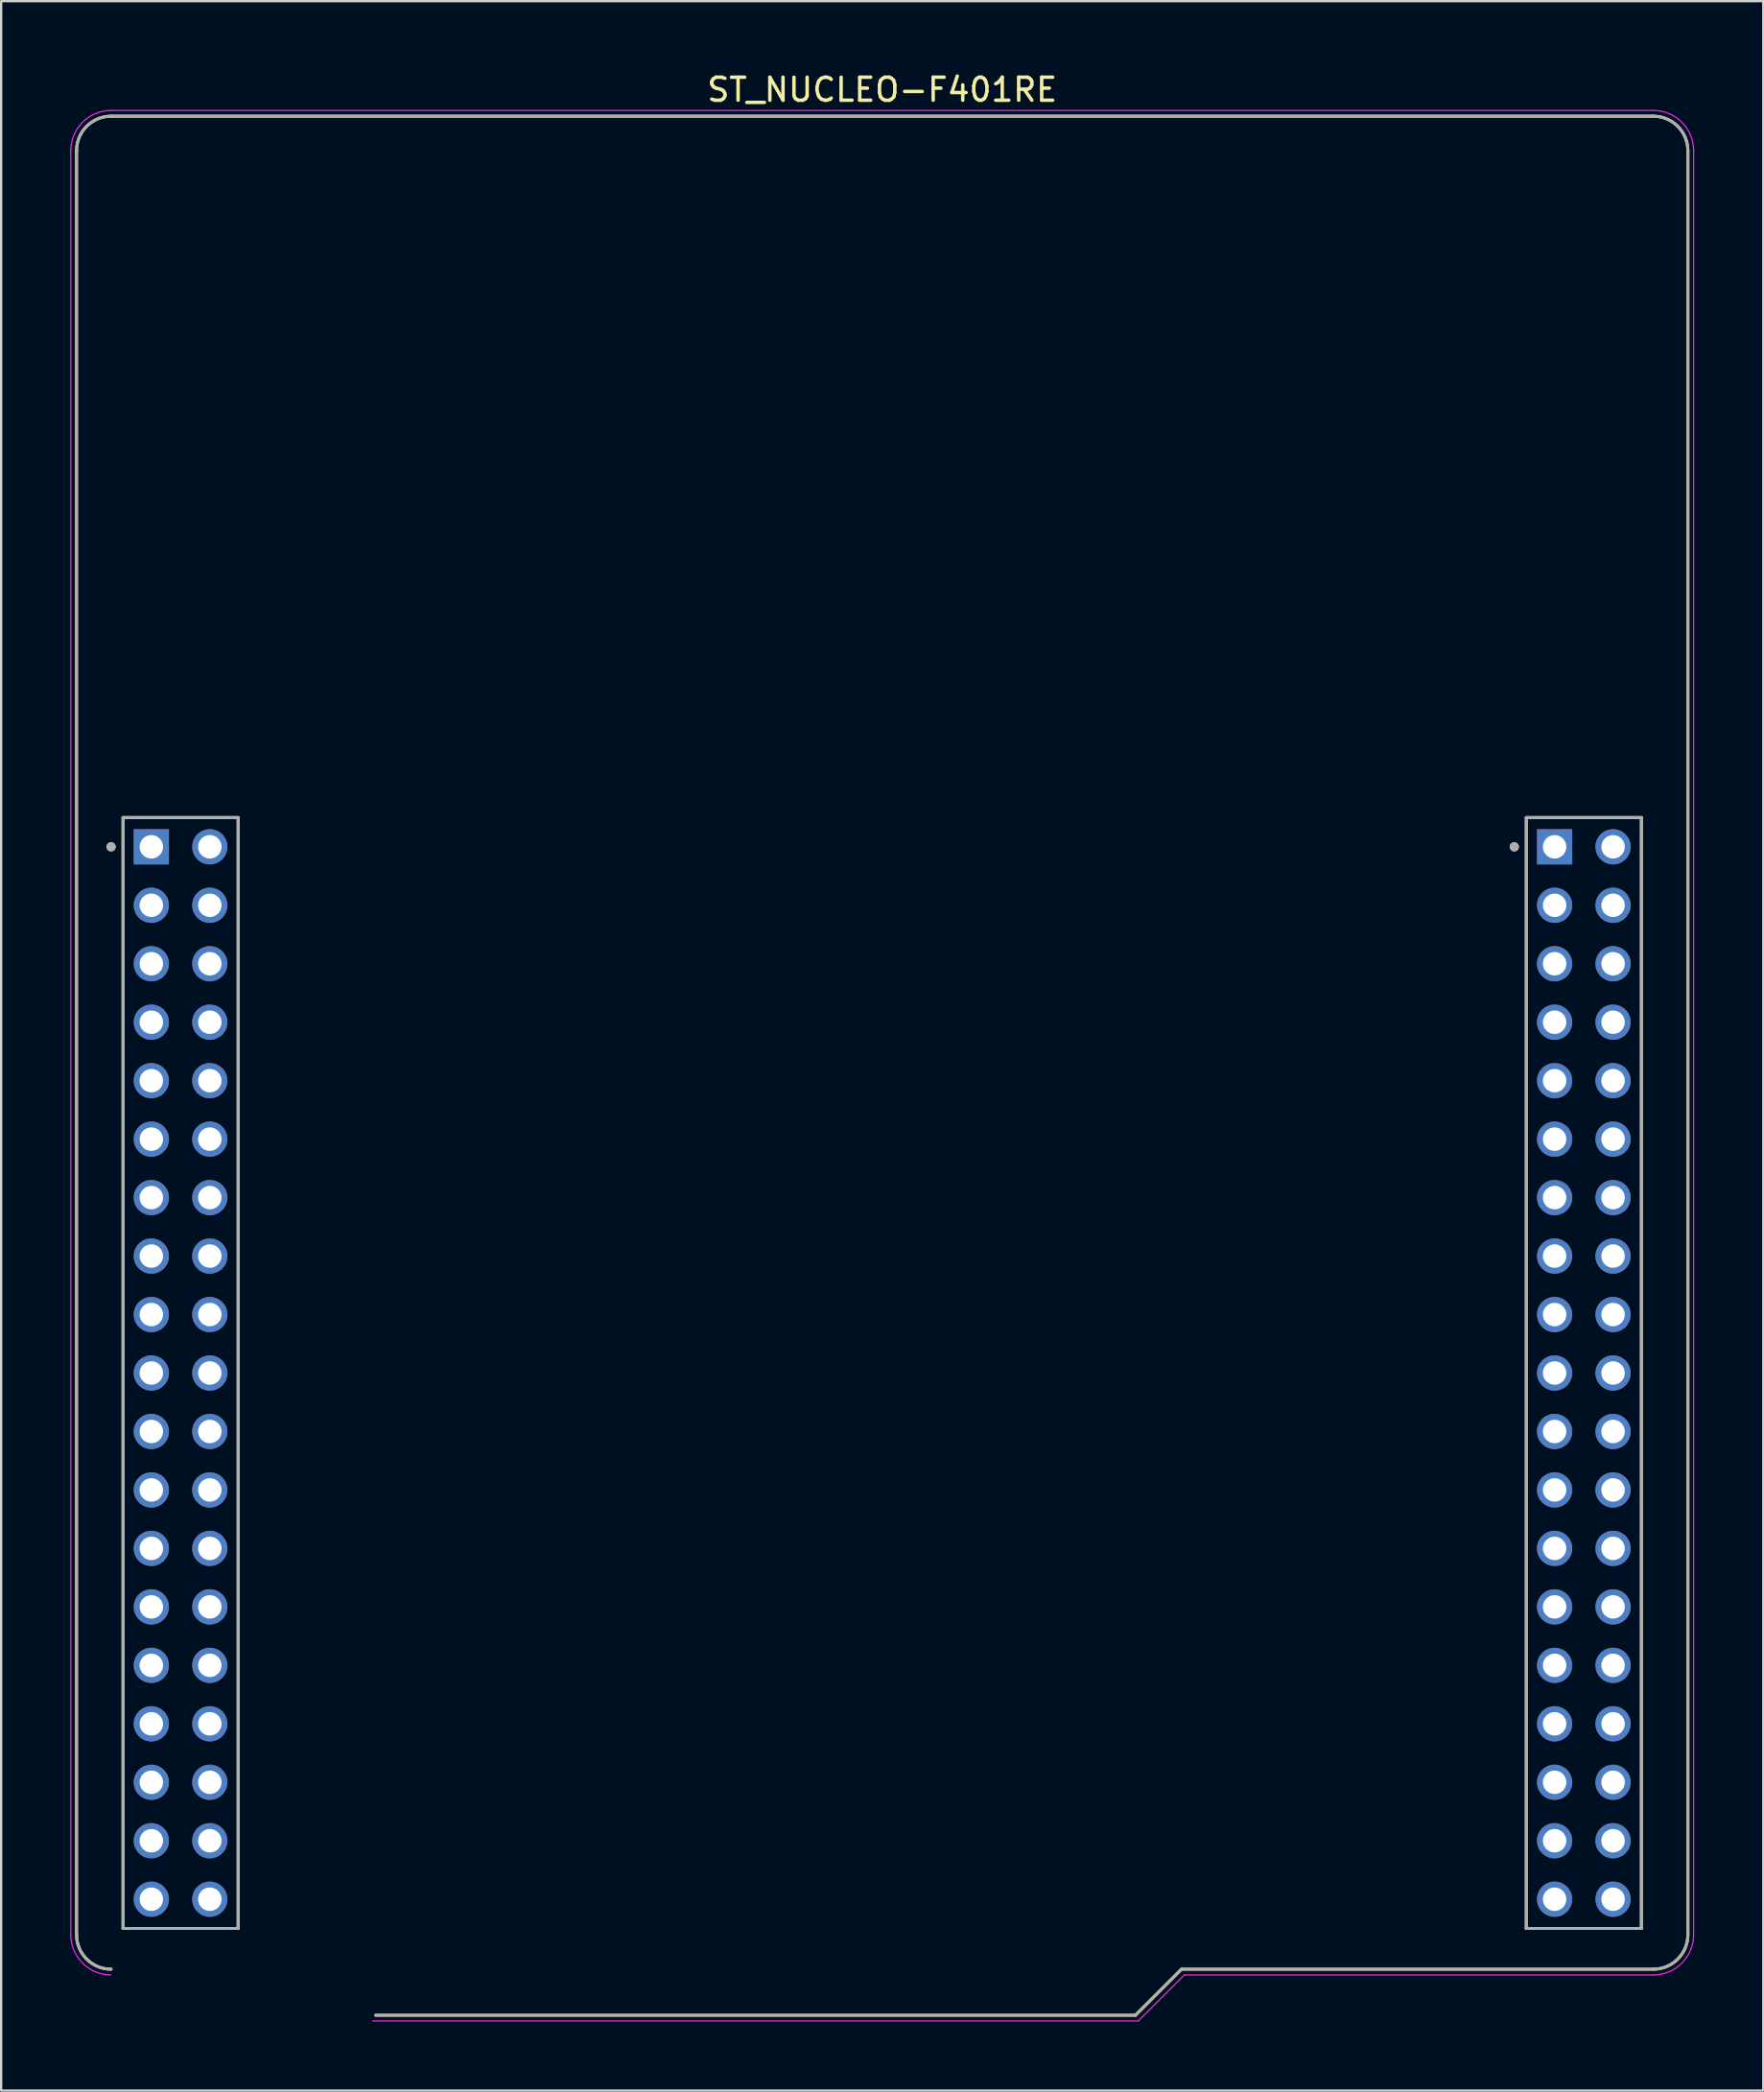
<source format=kicad_pcb>
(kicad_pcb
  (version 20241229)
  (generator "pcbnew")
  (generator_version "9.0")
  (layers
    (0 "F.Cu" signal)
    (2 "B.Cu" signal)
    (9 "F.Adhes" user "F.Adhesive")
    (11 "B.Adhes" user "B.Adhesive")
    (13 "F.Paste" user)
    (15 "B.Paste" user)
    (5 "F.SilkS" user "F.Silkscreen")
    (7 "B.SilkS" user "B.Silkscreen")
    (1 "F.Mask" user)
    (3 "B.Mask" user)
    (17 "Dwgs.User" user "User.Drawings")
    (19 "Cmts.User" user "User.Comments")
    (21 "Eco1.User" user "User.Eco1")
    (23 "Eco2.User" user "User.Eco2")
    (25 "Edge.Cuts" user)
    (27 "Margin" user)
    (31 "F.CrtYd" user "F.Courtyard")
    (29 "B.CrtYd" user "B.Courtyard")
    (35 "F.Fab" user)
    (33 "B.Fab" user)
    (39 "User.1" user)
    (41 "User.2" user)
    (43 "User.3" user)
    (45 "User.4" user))
  (footprint "ST_NUCLEO-F401RE"
    (layer "F.Cu")
    (at 35.275 43.248)
    (property "Reference" "ST_NUCLEO-F401RE" (at 0 -42.4 0) (layer "F.SilkS") (effects (font (size 1 1) (thickness 0.15))))
    (attr through_hole)
    (fp_line (start -35 37.75) (end -35 -39.75) (stroke (width 0.127) (type solid)) (layer "F.SilkS"))
    (fp_line (start -33.5 -41.25) (end 33.5 -41.25) (stroke (width 0.127) (type solid)) (layer "F.SilkS"))
    (fp_line (start -32.98 -10.78) (end -32.98 37.48) (stroke (width 0.127) (type solid)) (layer "F.SilkS"))
    (fp_line (start -32.98 37.48) (end -27.98 37.48) (stroke (width 0.127) (type solid)) (layer "F.SilkS"))
    (fp_line (start -27.98 -10.78) (end -32.98 -10.78) (stroke (width 0.127) (type solid)) (layer "F.SilkS"))
    (fp_line (start -27.98 37.48) (end -27.98 -10.78) (stroke (width 0.127) (type solid)) (layer "F.SilkS"))
    (fp_line (start 11 41.25) (end -22 41.25) (stroke (width 0.127) (type solid)) (layer "F.SilkS"))
    (fp_line (start 13 39.25) (end 11 41.25) (stroke (width 0.127) (type solid)) (layer "F.SilkS"))
    (fp_line (start 27.98 -10.78) (end 27.98 37.48) (stroke (width 0.127) (type solid)) (layer "F.SilkS"))
    (fp_line (start 27.98 37.48) (end 32.98 37.48) (stroke (width 0.127) (type solid)) (layer "F.SilkS"))
    (fp_line (start 32.98 -10.78) (end 27.98 -10.78) (stroke (width 0.127) (type solid)) (layer "F.SilkS"))
    (fp_line (start 32.98 37.48) (end 32.98 -10.78) (stroke (width 0.127) (type solid)) (layer "F.SilkS"))
    (fp_line (start 33.5 39.25) (end 13 39.25) (stroke (width 0.127) (type solid)) (layer "F.SilkS"))
    (fp_line (start 35 -39.75) (end 35 37.75) (stroke (width 0.127) (type solid)) (layer "F.SilkS"))
    (fp_arc (start -35 -39.75) (mid -34.56066 -40.81066) (end -33.5 -41.25) (stroke (width 0.127) (type solid)) (layer "F.SilkS"))
    (fp_arc (start -33.5 39.25) (mid -34.56066 38.81066) (end -35 37.75) (stroke (width 0.127) (type solid)) (layer "F.SilkS"))
    (fp_arc (start 33.5 -41.25) (mid 34.56066 -40.81066) (end 35 -39.75) (stroke (width 0.127) (type solid)) (layer "F.SilkS"))
    (fp_arc (start 35 37.75) (mid 34.56066 38.81066) (end 33.5 39.25) (stroke (width 0.127) (type solid)) (layer "F.SilkS"))
    (fp_circle (center -33.5 -9.51) (end -33.4 -9.51) (stroke (width 0.2) (type solid)) (fill no) (layer "F.SilkS"))
    (fp_circle (center 27.46 -9.51) (end 27.56 -9.51) (stroke (width 0.2) (type solid)) (fill no) (layer "F.SilkS"))
    (fp_line (start -35.25 37.75) (end -35.25 -39.75) (stroke (width 0.05) (type solid)) (layer "F.CrtYd"))
    (fp_line (start -33.5 -41.5) (end 33.5 -41.5) (stroke (width 0.05) (type solid)) (layer "F.CrtYd"))
    (fp_line (start 11.125 41.5) (end -22.125 41.5) (stroke (width 0.05) (type solid)) (layer "F.CrtYd"))
    (fp_line (start 13.125 39.5) (end 11.125 41.5) (stroke (width 0.05) (type solid)) (layer "F.CrtYd"))
    (fp_line (start 33.5 39.5) (end 13.125 39.5) (stroke (width 0.05) (type solid)) (layer "F.CrtYd"))
    (fp_line (start 35.25 -39.75) (end 35.25 37.75) (stroke (width 0.05) (type solid)) (layer "F.CrtYd"))
    (fp_arc (start -35.25 -39.75) (mid -34.737437 -40.987437) (end -33.5 -41.5) (stroke (width 0.05) (type solid)) (layer "F.CrtYd"))
    (fp_arc (start -33.5 39.5) (mid -34.737437 38.987437) (end -35.25 37.75) (stroke (width 0.05) (type solid)) (layer "F.CrtYd"))
    (fp_arc (start 33.5 -41.5) (mid 34.737437 -40.987437) (end 35.25 -39.75) (stroke (width 0.05) (type solid)) (layer "F.CrtYd"))
    (fp_arc (start 35.25 37.75) (mid 34.737437 38.987437) (end 33.5 39.5) (stroke (width 0.05) (type solid)) (layer "F.CrtYd"))
    (fp_line (start -35 37.75) (end -35 -39.75) (stroke (width 0.127) (type solid)) (layer "F.Fab"))
    (fp_line (start -33.5 -41.25) (end 33.5 -41.25) (stroke (width 0.127) (type solid)) (layer "F.Fab"))
    (fp_line (start -32.98 -10.78) (end -32.98 37.48) (stroke (width 0.127) (type solid)) (layer "F.Fab"))
    (fp_line (start -32.98 37.48) (end -27.98 37.48) (stroke (width 0.127) (type solid)) (layer "F.Fab"))
    (fp_line (start -27.98 -10.78) (end -32.98 -10.78) (stroke (width 0.127) (type solid)) (layer "F.Fab"))
    (fp_line (start -27.98 37.48) (end -27.98 -10.78) (stroke (width 0.127) (type solid)) (layer "F.Fab"))
    (fp_line (start 11 41.25) (end -22 41.25) (stroke (width 0.127) (type solid)) (layer "F.Fab"))
    (fp_line (start 13 39.25) (end 11 41.25) (stroke (width 0.127) (type solid)) (layer "F.Fab"))
    (fp_line (start 27.98 -10.78) (end 27.98 37.48) (stroke (width 0.127) (type solid)) (layer "F.Fab"))
    (fp_line (start 27.98 37.48) (end 32.98 37.48) (stroke (width 0.127) (type solid)) (layer "F.Fab"))
    (fp_line (start 32.98 -10.78) (end 27.98 -10.78) (stroke (width 0.127) (type solid)) (layer "F.Fab"))
    (fp_line (start 32.98 37.48) (end 32.98 -10.78) (stroke (width 0.127) (type solid)) (layer "F.Fab"))
    (fp_line (start 33.5 39.25) (end 13 39.25) (stroke (width 0.127) (type solid)) (layer "F.Fab"))
    (fp_line (start 35 -39.75) (end 35 37.75) (stroke (width 0.127) (type solid)) (layer "F.Fab"))
    (fp_arc (start -35 -39.75) (mid -34.56066 -40.81066) (end -33.5 -41.25) (stroke (width 0.127) (type solid)) (layer "F.Fab"))
    (fp_arc (start -33.5 39.25) (mid -34.56066 38.81066) (end -35 37.75) (stroke (width 0.127) (type solid)) (layer "F.Fab"))
    (fp_arc (start 33.5 -41.25) (mid 34.56066 -40.81066) (end 35 -39.75) (stroke (width 0.127) (type solid)) (layer "F.Fab"))
    (fp_arc (start 35 37.75) (mid 34.56066 38.81066) (end 33.5 39.25) (stroke (width 0.127) (type solid)) (layer "F.Fab"))
    (fp_circle (center -33.5 -9.51) (end -33.4 -9.51) (stroke (width 0.2) (type solid)) (fill no) (layer "F.Fab"))
    (fp_circle (center 27.46 -9.51) (end 27.56 -9.51) (stroke (width 0.2) (type solid)) (fill no) (layer "F.Fab"))
    (pad "CN7_1" thru_hole rect (at -31.75 -9.51) (size 1.53 1.53) (drill 1.02) (layers "*.Cu" "*.Mask"))
    (pad "CN7_2" thru_hole circle (at -29.21 -9.51) (size 1.53 1.53) (drill 1.02) (layers "*.Cu" "*.Mask"))
    (pad "CN7_3" thru_hole circle (at -31.75 -6.97) (size 1.53 1.53) (drill 1.02) (layers "*.Cu" "*.Mask"))
    (pad "CN7_4" thru_hole circle (at -29.21 -6.97) (size 1.53 1.53) (drill 1.02) (layers "*.Cu" "*.Mask"))
    (pad "CN7_5" thru_hole circle (at -31.75 -4.43) (size 1.53 1.53) (drill 1.02) (layers "*.Cu" "*.Mask"))
    (pad "CN7_6" thru_hole circle (at -29.21 -4.43) (size 1.53 1.53) (drill 1.02) (layers "*.Cu" "*.Mask"))
    (pad "CN7_7" thru_hole circle (at -31.75 -1.89) (size 1.53 1.53) (drill 1.02) (layers "*.Cu" "*.Mask"))
    (pad "CN7_8" thru_hole circle (at -29.21 -1.89) (size 1.53 1.53) (drill 1.02) (layers "*.Cu" "*.Mask"))
    (pad "CN7_9" thru_hole circle (at -31.75 0.65) (size 1.53 1.53) (drill 1.02) (layers "*.Cu" "*.Mask"))
    (pad "CN7_10" thru_hole circle (at -29.21 0.65) (size 1.53 1.53) (drill 1.02) (layers "*.Cu" "*.Mask"))
    (pad "CN7_11" thru_hole circle (at -31.75 3.19) (size 1.53 1.53) (drill 1.02) (layers "*.Cu" "*.Mask"))
    (pad "CN7_12" thru_hole circle (at -29.21 3.19) (size 1.53 1.53) (drill 1.02) (layers "*.Cu" "*.Mask"))
    (pad "CN7_13" thru_hole circle (at -31.75 5.73) (size 1.53 1.53) (drill 1.02) (layers "*.Cu" "*.Mask"))
    (pad "CN7_14" thru_hole circle (at -29.21 5.73) (size 1.53 1.53) (drill 1.02) (layers "*.Cu" "*.Mask"))
    (pad "CN7_15" thru_hole circle (at -31.75 8.27) (size 1.53 1.53) (drill 1.02) (layers "*.Cu" "*.Mask"))
    (pad "CN7_16" thru_hole circle (at -29.21 8.27) (size 1.53 1.53) (drill 1.02) (layers "*.Cu" "*.Mask"))
    (pad "CN7_17" thru_hole circle (at -31.75 10.81) (size 1.53 1.53) (drill 1.02) (layers "*.Cu" "*.Mask"))
    (pad "CN7_18" thru_hole circle (at -29.21 10.81) (size 1.53 1.53) (drill 1.02) (layers "*.Cu" "*.Mask"))
    (pad "CN7_19" thru_hole circle (at -31.75 13.35) (size 1.53 1.53) (drill 1.02) (layers "*.Cu" "*.Mask"))
    (pad "CN7_20" thru_hole circle (at -29.21 13.35) (size 1.53 1.53) (drill 1.02) (layers "*.Cu" "*.Mask"))
    (pad "CN7_21" thru_hole circle (at -31.75 15.89) (size 1.53 1.53) (drill 1.02) (layers "*.Cu" "*.Mask"))
    (pad "CN7_22" thru_hole circle (at -29.21 15.89) (size 1.53 1.53) (drill 1.02) (layers "*.Cu" "*.Mask"))
    (pad "CN7_23" thru_hole circle (at -31.75 18.43) (size 1.53 1.53) (drill 1.02) (layers "*.Cu" "*.Mask"))
    (pad "CN7_24" thru_hole circle (at -29.21 18.43) (size 1.53 1.53) (drill 1.02) (layers "*.Cu" "*.Mask"))
    (pad "CN7_25" thru_hole circle (at -31.75 20.97) (size 1.53 1.53) (drill 1.02) (layers "*.Cu" "*.Mask"))
    (pad "CN7_26" thru_hole circle (at -29.21 20.97) (size 1.53 1.53) (drill 1.02) (layers "*.Cu" "*.Mask"))
    (pad "CN7_27" thru_hole circle (at -31.75 23.51) (size 1.53 1.53) (drill 1.02) (layers "*.Cu" "*.Mask"))
    (pad "CN7_28" thru_hole circle (at -29.21 23.51) (size 1.53 1.53) (drill 1.02) (layers "*.Cu" "*.Mask"))
    (pad "CN7_29" thru_hole circle (at -31.75 26.05) (size 1.53 1.53) (drill 1.02) (layers "*.Cu" "*.Mask"))
    (pad "CN7_30" thru_hole circle (at -29.21 26.05) (size 1.53 1.53) (drill 1.02) (layers "*.Cu" "*.Mask"))
    (pad "CN7_31" thru_hole circle (at -31.75 28.59) (size 1.53 1.53) (drill 1.02) (layers "*.Cu" "*.Mask"))
    (pad "CN7_32" thru_hole circle (at -29.21 28.59) (size 1.53 1.53) (drill 1.02) (layers "*.Cu" "*.Mask"))
    (pad "CN7_33" thru_hole circle (at -31.75 31.13) (size 1.53 1.53) (drill 1.02) (layers "*.Cu" "*.Mask"))
    (pad "CN7_34" thru_hole circle (at -29.21 31.13) (size 1.53 1.53) (drill 1.02) (layers "*.Cu" "*.Mask"))
    (pad "CN7_35" thru_hole circle (at -31.75 33.67) (size 1.53 1.53) (drill 1.02) (layers "*.Cu" "*.Mask"))
    (pad "CN7_36" thru_hole circle (at -29.21 33.67) (size 1.53 1.53) (drill 1.02) (layers "*.Cu" "*.Mask"))
    (pad "CN7_37" thru_hole circle (at -31.75 36.21) (size 1.53 1.53) (drill 1.02) (layers "*.Cu" "*.Mask"))
    (pad "CN7_38" thru_hole circle (at -29.21 36.21) (size 1.53 1.53) (drill 1.02) (layers "*.Cu" "*.Mask"))
    (pad "CN10_1" thru_hole rect (at 29.21 -9.51) (size 1.53 1.53) (drill 1.02) (layers "*.Cu" "*.Mask"))
    (pad "CN10_2" thru_hole circle (at 31.75 -9.51) (size 1.53 1.53) (drill 1.02) (layers "*.Cu" "*.Mask"))
    (pad "CN10_3" thru_hole circle (at 29.21 -6.97) (size 1.53 1.53) (drill 1.02) (layers "*.Cu" "*.Mask"))
    (pad "CN10_4" thru_hole circle (at 31.75 -6.97) (size 1.53 1.53) (drill 1.02) (layers "*.Cu" "*.Mask"))
    (pad "CN10_5" thru_hole circle (at 29.21 -4.43) (size 1.53 1.53) (drill 1.02) (layers "*.Cu" "*.Mask"))
    (pad "CN10_6" thru_hole circle (at 31.75 -4.43) (size 1.53 1.53) (drill 1.02) (layers "*.Cu" "*.Mask"))
    (pad "CN10_7" thru_hole circle (at 29.21 -1.89) (size 1.53 1.53) (drill 1.02) (layers "*.Cu" "*.Mask"))
    (pad "CN10_8" thru_hole circle (at 31.75 -1.89) (size 1.53 1.53) (drill 1.02) (layers "*.Cu" "*.Mask"))
    (pad "CN10_9" thru_hole circle (at 29.21 0.65) (size 1.53 1.53) (drill 1.02) (layers "*.Cu" "*.Mask"))
    (pad "CN10_10" thru_hole circle (at 31.75 0.65) (size 1.53 1.53) (drill 1.02) (layers "*.Cu" "*.Mask"))
    (pad "CN10_11" thru_hole circle (at 29.21 3.19) (size 1.53 1.53) (drill 1.02) (layers "*.Cu" "*.Mask"))
    (pad "CN10_12" thru_hole circle (at 31.75 3.19) (size 1.53 1.53) (drill 1.02) (layers "*.Cu" "*.Mask"))
    (pad "CN10_13" thru_hole circle (at 29.21 5.73) (size 1.53 1.53) (drill 1.02) (layers "*.Cu" "*.Mask"))
    (pad "CN10_14" thru_hole circle (at 31.75 5.73) (size 1.53 1.53) (drill 1.02) (layers "*.Cu" "*.Mask"))
    (pad "CN10_15" thru_hole circle (at 29.21 8.27) (size 1.53 1.53) (drill 1.02) (layers "*.Cu" "*.Mask"))
    (pad "CN10_16" thru_hole circle (at 31.75 8.27) (size 1.53 1.53) (drill 1.02) (layers "*.Cu" "*.Mask"))
    (pad "CN10_17" thru_hole circle (at 29.21 10.81) (size 1.53 1.53) (drill 1.02) (layers "*.Cu" "*.Mask"))
    (pad "CN10_18" thru_hole circle (at 31.75 10.81) (size 1.53 1.53) (drill 1.02) (layers "*.Cu" "*.Mask"))
    (pad "CN10_19" thru_hole circle (at 29.21 13.35) (size 1.53 1.53) (drill 1.02) (layers "*.Cu" "*.Mask"))
    (pad "CN10_20" thru_hole circle (at 31.75 13.35) (size 1.53 1.53) (drill 1.02) (layers "*.Cu" "*.Mask"))
    (pad "CN10_21" thru_hole circle (at 29.21 15.89) (size 1.53 1.53) (drill 1.02) (layers "*.Cu" "*.Mask"))
    (pad "CN10_22" thru_hole circle (at 31.75 15.89) (size 1.53 1.53) (drill 1.02) (layers "*.Cu" "*.Mask"))
    (pad "CN10_23" thru_hole circle (at 29.21 18.43) (size 1.53 1.53) (drill 1.02) (layers "*.Cu" "*.Mask"))
    (pad "CN10_24" thru_hole circle (at 31.75 18.43) (size 1.53 1.53) (drill 1.02) (layers "*.Cu" "*.Mask"))
    (pad "CN10_25" thru_hole circle (at 29.21 20.97) (size 1.53 1.53) (drill 1.02) (layers "*.Cu" "*.Mask"))
    (pad "CN10_26" thru_hole circle (at 31.75 20.97) (size 1.53 1.53) (drill 1.02) (layers "*.Cu" "*.Mask"))
    (pad "CN10_27" thru_hole circle (at 29.21 23.51) (size 1.53 1.53) (drill 1.02) (layers "*.Cu" "*.Mask"))
    (pad "CN10_28" thru_hole circle (at 31.75 23.51) (size 1.53 1.53) (drill 1.02) (layers "*.Cu" "*.Mask"))
    (pad "CN10_29" thru_hole circle (at 29.21 26.05) (size 1.53 1.53) (drill 1.02) (layers "*.Cu" "*.Mask"))
    (pad "CN10_30" thru_hole circle (at 31.75 26.05) (size 1.53 1.53) (drill 1.02) (layers "*.Cu" "*.Mask"))
    (pad "CN10_31" thru_hole circle (at 29.21 28.59) (size 1.53 1.53) (drill 1.02) (layers "*.Cu" "*.Mask"))
    (pad "CN10_32" thru_hole circle (at 31.75 28.59) (size 1.53 1.53) (drill 1.02) (layers "*.Cu" "*.Mask"))
    (pad "CN10_33" thru_hole circle (at 29.21 31.13) (size 1.53 1.53) (drill 1.02) (layers "*.Cu" "*.Mask"))
    (pad "CN10_34" thru_hole circle (at 31.75 31.13) (size 1.53 1.53) (drill 1.02) (layers "*.Cu" "*.Mask"))
    (pad "CN10_35" thru_hole circle (at 29.21 33.67) (size 1.53 1.53) (drill 1.02) (layers "*.Cu" "*.Mask"))
    (pad "CN10_36" thru_hole circle (at 31.75 33.67) (size 1.53 1.53) (drill 1.02) (layers "*.Cu" "*.Mask"))
    (pad "CN10_37" thru_hole circle (at 29.21 36.21) (size 1.53 1.53) (drill 1.02) (layers "*.Cu" "*.Mask"))
    (pad "CN10_38" thru_hole circle (at 31.75 36.21) (size 1.53 1.53) (drill 1.02) (layers "*.Cu" "*.Mask")))
  (gr_rect
    (start -3 -3)
    (end 73.55 87.773)
    (stroke (width 0.1) (type default))
    (fill no)
    (layer "Edge.Cuts")))
</source>
